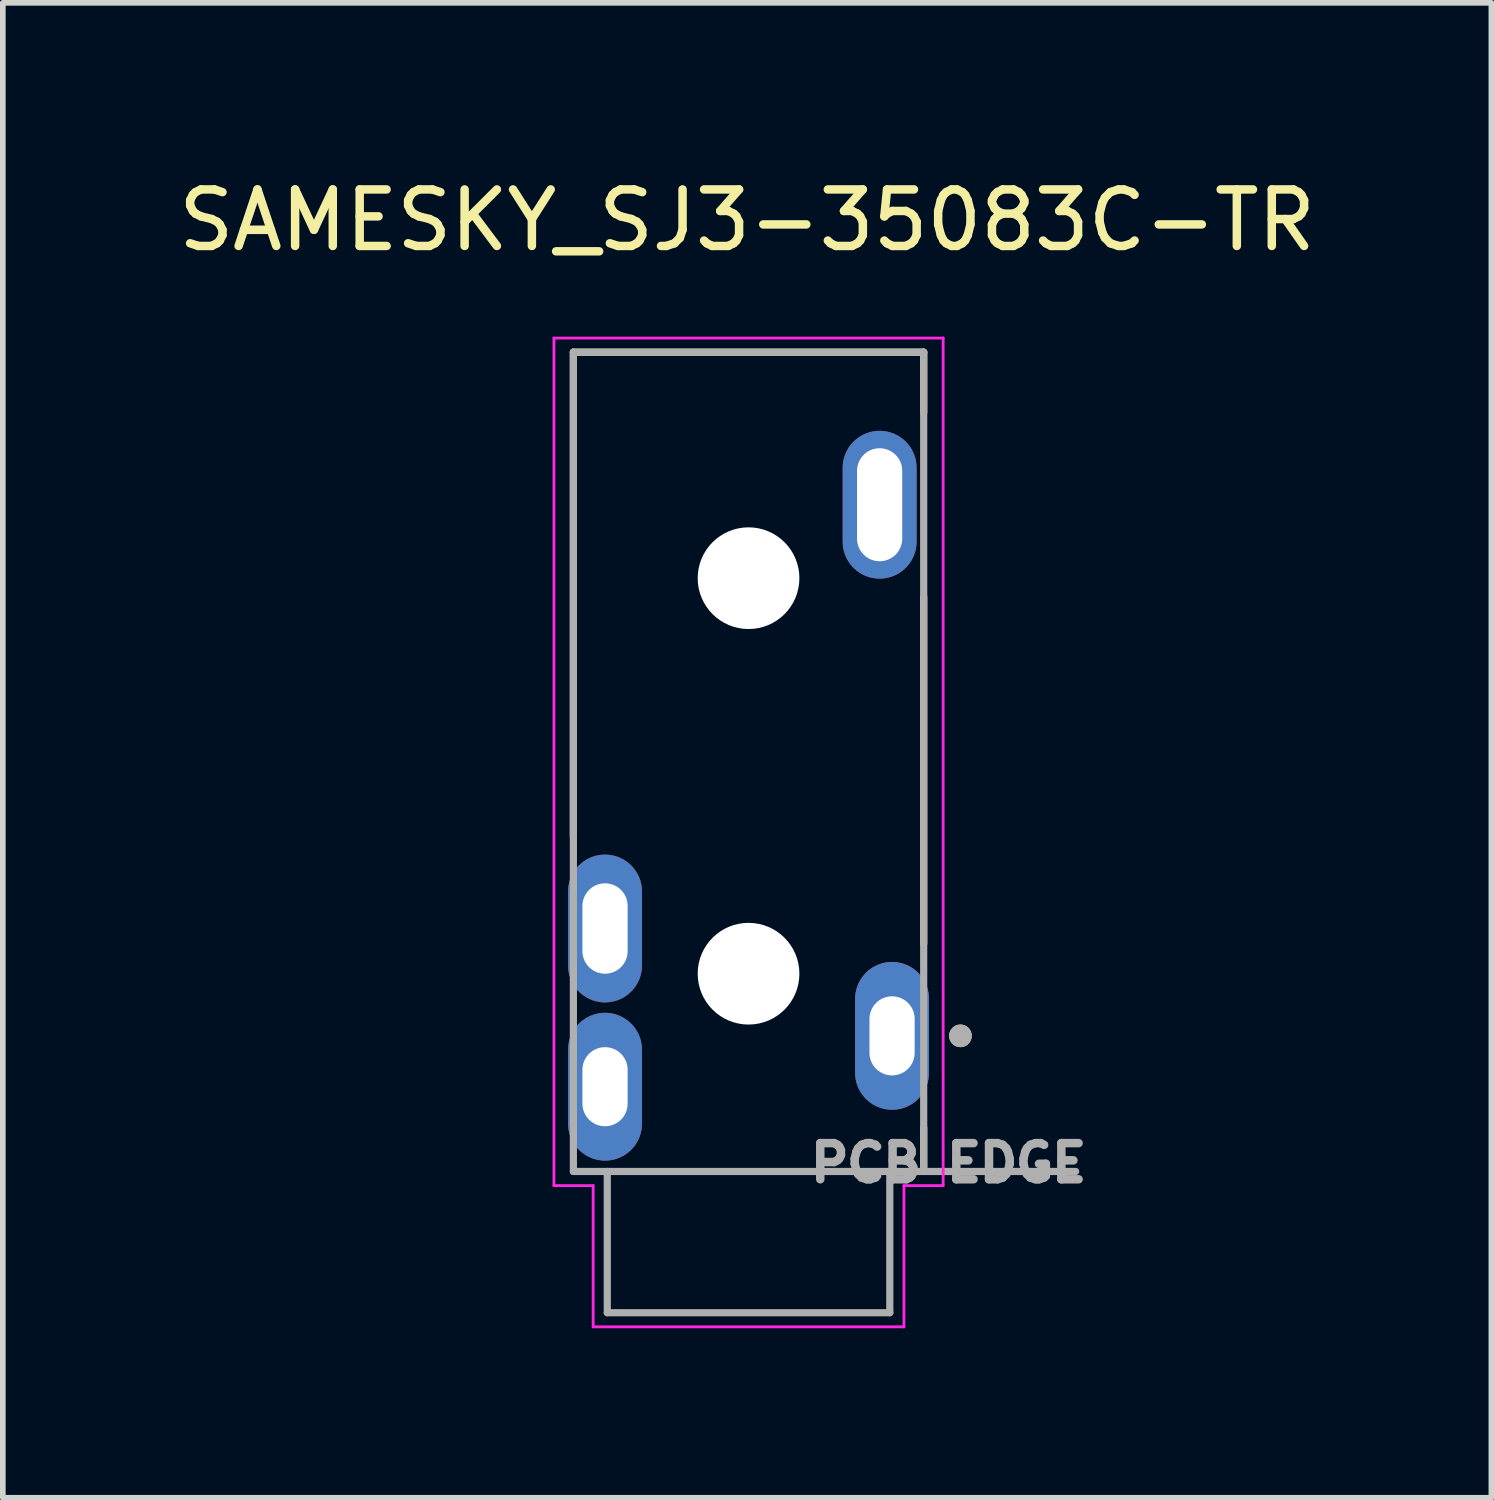
<source format=kicad_pcb>
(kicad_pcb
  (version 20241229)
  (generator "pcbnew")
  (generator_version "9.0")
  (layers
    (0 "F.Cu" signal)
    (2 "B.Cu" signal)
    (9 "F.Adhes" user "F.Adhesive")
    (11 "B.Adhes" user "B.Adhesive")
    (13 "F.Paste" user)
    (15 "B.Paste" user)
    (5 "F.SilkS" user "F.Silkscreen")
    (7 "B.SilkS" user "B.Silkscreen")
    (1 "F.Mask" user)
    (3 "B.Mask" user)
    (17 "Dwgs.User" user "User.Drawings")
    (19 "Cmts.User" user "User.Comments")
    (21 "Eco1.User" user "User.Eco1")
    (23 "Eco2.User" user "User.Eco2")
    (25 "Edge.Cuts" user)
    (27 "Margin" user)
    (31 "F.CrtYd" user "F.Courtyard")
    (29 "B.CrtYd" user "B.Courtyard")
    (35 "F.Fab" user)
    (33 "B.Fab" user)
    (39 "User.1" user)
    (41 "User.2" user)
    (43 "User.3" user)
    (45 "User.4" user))
  (footprint "SAMESKY_SJ3-35083C-TR"
    (layer "F.Cu")
    (at 10.198 10.683)
    (property "Reference" "SAMESKY_SJ3-35083C-TR" (at -0.025 -9.835 0) (layer "F.SilkS") (effects (font (size 1 1) (thickness 0.15))))
    (attr through_hole)
    (fp_line (start -3.1 -7.5) (end -3.1 1.072) (stroke (width 0.127) (type solid)) (layer "F.SilkS"))
    (fp_line (start 3.1 -7.5) (end -3.1 -7.5) (stroke (width 0.127) (type solid)) (layer "F.SilkS"))
    (fp_line (start 3.1 -6.428) (end 3.1 -7.5) (stroke (width 0.127) (type solid)) (layer "F.SilkS"))
    (fp_line (start 3.1 -3.172) (end 3.1 2.972) (stroke (width 0.127) (type solid)) (layer "F.SilkS"))
    (fp_line (start 3.1 6.228) (end 3.1 7) (stroke (width 0.127) (type solid)) (layer "F.SilkS"))
    (fp_circle (center 3.75 4.6) (end 3.85 4.6) (stroke (width 0.2) (type solid)) (fill no) (layer "F.SilkS"))
    (fp_line (start -3.444 -7.75) (end 3.444 -7.75) (stroke (width 0.05) (type solid)) (layer "F.CrtYd"))
    (fp_line (start -3.444 7.25) (end -3.444 -7.75) (stroke (width 0.05) (type solid)) (layer "F.CrtYd"))
    (fp_line (start -3.444 7.25) (end -2.75 7.25) (stroke (width 0.05) (type solid)) (layer "F.CrtYd"))
    (fp_line (start -2.75 7.25) (end -2.75 9.75) (stroke (width 0.05) (type solid)) (layer "F.CrtYd"))
    (fp_line (start 2.75 7.25) (end 2.75 9.75) (stroke (width 0.05) (type solid)) (layer "F.CrtYd"))
    (fp_line (start 2.75 9.75) (end -2.75 9.75) (stroke (width 0.05) (type solid)) (layer "F.CrtYd"))
    (fp_line (start 3.444 -7.75) (end 3.444 7.25) (stroke (width 0.05) (type solid)) (layer "F.CrtYd"))
    (fp_line (start 3.444 7.25) (end 2.75 7.25) (stroke (width 0.05) (type solid)) (layer "F.CrtYd"))
    (fp_line (start -3.1 -7.5) (end 3.1 -7.5) (stroke (width 0.127) (type solid)) (layer "F.Fab"))
    (fp_line (start -3.1 7) (end -3.1 -7.5) (stroke (width 0.127) (type solid)) (layer "F.Fab"))
    (fp_line (start -2.5 7) (end -3.1 7) (stroke (width 0.127) (type solid)) (layer "F.Fab"))
    (fp_line (start -2.5 9.5) (end -2.5 7) (stroke (width 0.127) (type solid)) (layer "F.Fab"))
    (fp_line (start 2.5 7) (end -2.5 7) (stroke (width 0.127) (type solid)) (layer "F.Fab"))
    (fp_line (start 2.5 7) (end 2.5 9.5) (stroke (width 0.127) (type solid)) (layer "F.Fab"))
    (fp_line (start 2.5 9.5) (end -2.5 9.5) (stroke (width 0.127) (type solid)) (layer "F.Fab"))
    (fp_line (start 3.1 -7.5) (end 3.1 7) (stroke (width 0.127) (type solid)) (layer "F.Fab"))
    (fp_line (start 3.1 7) (end 2.5 7) (stroke (width 0.127) (type solid)) (layer "F.Fab"))
    (fp_line (start 3.1 7) (end 5.79 7) (stroke (width 0.127) (type solid)) (layer "F.Fab"))
    (fp_circle (center 3.75 4.6) (end 3.85 4.6) (stroke (width 0.2) (type solid)) (fill no) (layer "F.Fab"))
    (fp_text user "PCB EDGE" (at 3.54 6.85 0) (layer "F.Fab") (effects (font (size 0.64 0.64) (thickness 0.15))))
    (pad "" np_thru_hole circle (at 0 -3.5) (size 1.8 1.8) (drill 1.8) (layers "*.Cu" "*.Mask"))
    (pad "" np_thru_hole circle (at 0 3.5) (size 1.8 1.8) (drill 1.8) (layers "*.Cu" "*.Mask"))
    (pad "1" thru_hole oval (at 2.54 4.6) (size 1.308 2.616) (drill oval 0.8 1.4) (layers "*.Cu" "*.Mask"))
    (pad "2" thru_hole oval (at 2.32 -4.8) (size 1.308 2.616) (drill oval 0.8 2) (layers "*.Cu" "*.Mask"))
    (pad "4" thru_hole oval (at -2.54 5.5) (size 1.308 2.616) (drill oval 0.8 1.4) (layers "*.Cu" "*.Mask"))
    (pad "5" thru_hole oval (at -2.54 2.7) (size 1.308 2.616) (drill oval 0.8 1.6) (layers "*.Cu" "*.Mask")))
  (gr_rect
    (start -3 -3)
    (end 23.345 23.458)
    (stroke (width 0.1) (type default))
    (fill no)
    (layer "Edge.Cuts")))
</source>
